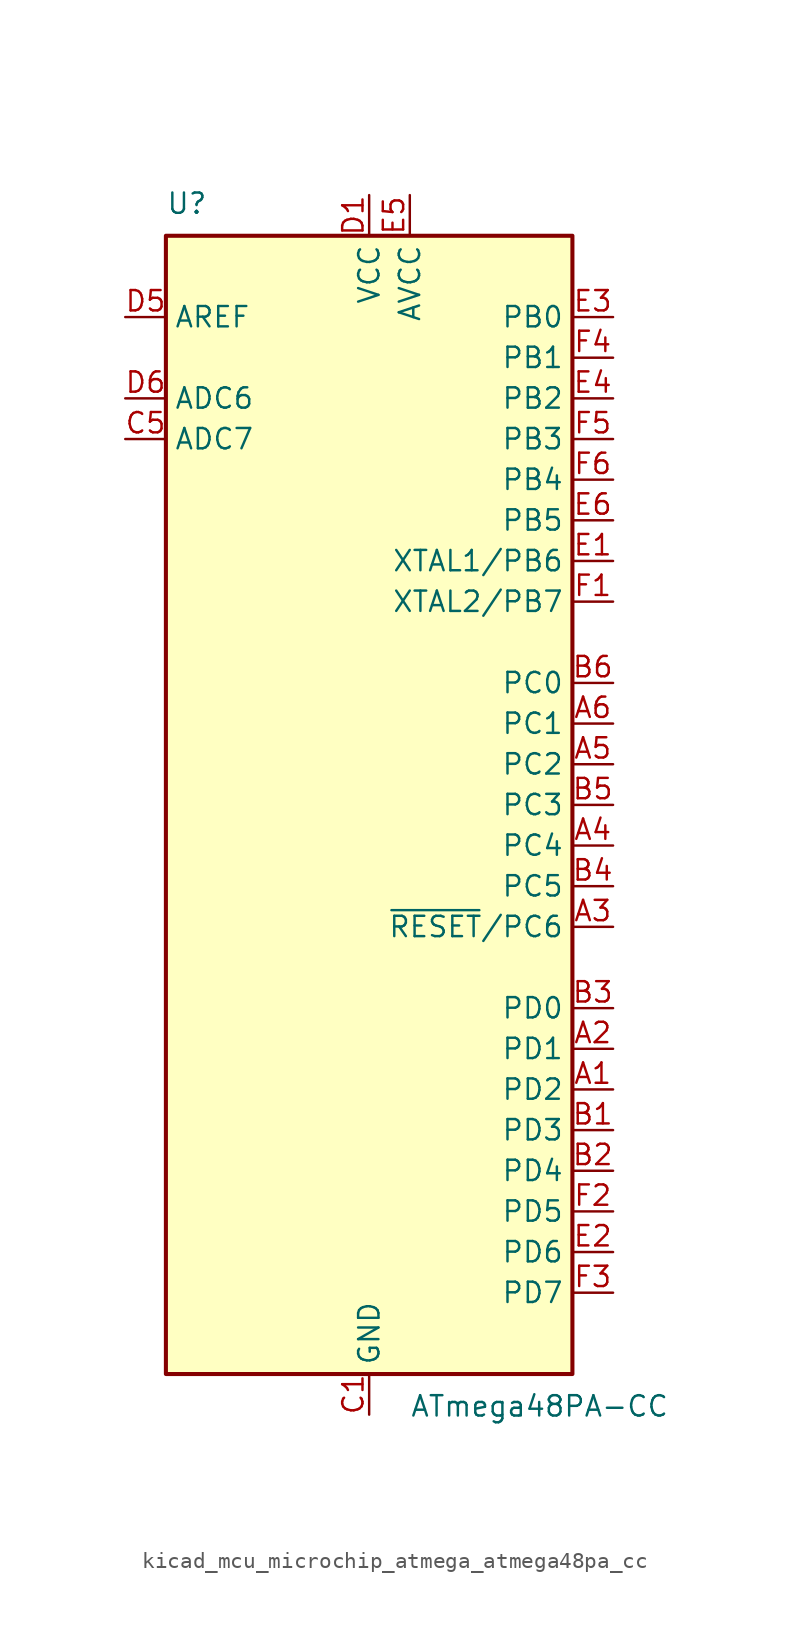
<source format=kicad_sym>
(kicad_symbol_lib
  (version 20220914)
  (generator kicad_symbol_editor)
  (symbol "kicad_mcu_microchip_atmega_atmega48pa_cc"
    (property "Reference" "U"
      (at -12.7 36.83 0)
      (effects (font (size 1.27 1.27)) (justify left bottom)))
    (property "Value" "ATmega48PA-CC"
      (at 2.54 -36.83 0)
      (effects (font (size 1.27 1.27)) (justify left top)))
    (symbol "kicad_mcu_microchip_atmega_atmega48pa_cc_0_1"
      (rectangle (start -12.7 -35.56) (end 12.7 35.56) (stroke (width 0.254) (type default)) (fill (type background))))
    (symbol "kicad_mcu_microchip_atmega_atmega48pa_cc_1_1"
      (pin bidirectional line (at 15.24 -17.78 180) (length 2.54) (name "PD2" (effects (font (size 1.27 1.27)))) (number "A1" (effects (font (size 1.27 1.27)))))
      (pin bidirectional line (at 15.24 -15.24 180) (length 2.54) (name "PD1" (effects (font (size 1.27 1.27)))) (number "A2" (effects (font (size 1.27 1.27)))))
      (pin bidirectional line (at 15.24 -7.62 180) (length 2.54) (name "~{RESET}/PC6" (effects (font (size 1.27 1.27)))) (number "A3" (effects (font (size 1.27 1.27)))))
      (pin bidirectional line (at 15.24 -2.54 180) (length 2.54) (name "PC4" (effects (font (size 1.27 1.27)))) (number "A4" (effects (font (size 1.27 1.27)))))
      (pin bidirectional line (at 15.24 2.54 180) (length 2.54) (name "PC2" (effects (font (size 1.27 1.27)))) (number "A5" (effects (font (size 1.27 1.27)))))
      (pin bidirectional line (at 15.24 5.08 180) (length 2.54) (name "PC1" (effects (font (size 1.27 1.27)))) (number "A6" (effects (font (size 1.27 1.27)))))
      (pin bidirectional line (at 15.24 -20.32 180) (length 2.54) (name "PD3" (effects (font (size 1.27 1.27)))) (number "B1" (effects (font (size 1.27 1.27)))))
      (pin bidirectional line (at 15.24 -22.86 180) (length 2.54) (name "PD4" (effects (font (size 1.27 1.27)))) (number "B2" (effects (font (size 1.27 1.27)))))
      (pin bidirectional line (at 15.24 -12.7 180) (length 2.54) (name "PD0" (effects (font (size 1.27 1.27)))) (number "B3" (effects (font (size 1.27 1.27)))))
      (pin bidirectional line (at 15.24 -5.08 180) (length 2.54) (name "PC5" (effects (font (size 1.27 1.27)))) (number "B4" (effects (font (size 1.27 1.27)))))
      (pin bidirectional line (at 15.24 0 180) (length 2.54) (name "PC3" (effects (font (size 1.27 1.27)))) (number "B5" (effects (font (size 1.27 1.27)))))
      (pin bidirectional line (at 15.24 7.62 180) (length 2.54) (name "PC0" (effects (font (size 1.27 1.27)))) (number "B6" (effects (font (size 1.27 1.27)))))
      (pin power_in line (at 0 -38.1 90) (length 2.54) (name "GND" (effects (font (size 1.27 1.27)))) (number "C1" (effects (font (size 1.27 1.27)))))
      (pin passive line (at 0 -38.1 90) (length 2.54) hide (name "GND" (effects (font (size 1.27 1.27)))) (number "C2" (effects (font (size 1.27 1.27)))))
      (pin input line (at -15.24 22.86 0) (length 2.54) (name "ADC7" (effects (font (size 1.27 1.27)))) (number "C5" (effects (font (size 1.27 1.27)))))
      (pin passive line (at 0 -38.1 90) (length 2.54) hide (name "GND" (effects (font (size 1.27 1.27)))) (number "C6" (effects (font (size 1.27 1.27)))))
      (pin power_in line (at 0 38.1 270) (length 2.54) (name "VCC" (effects (font (size 1.27 1.27)))) (number "D1" (effects (font (size 1.27 1.27)))))
      (pin passive line (at 0 38.1 270) (length 2.54) hide (name "VCC" (effects (font (size 1.27 1.27)))) (number "D2" (effects (font (size 1.27 1.27)))))
      (pin passive line (at -15.24 30.48 0) (length 2.54) (name "AREF" (effects (font (size 1.27 1.27)))) (number "D5" (effects (font (size 1.27 1.27)))))
      (pin input line (at -15.24 25.4 0) (length 2.54) (name "ADC6" (effects (font (size 1.27 1.27)))) (number "D6" (effects (font (size 1.27 1.27)))))
      (pin bidirectional line (at 15.24 15.24 180) (length 2.54) (name "XTAL1/PB6" (effects (font (size 1.27 1.27)))) (number "E1" (effects (font (size 1.27 1.27)))))
      (pin bidirectional line (at 15.24 -27.94 180) (length 2.54) (name "PD6" (effects (font (size 1.27 1.27)))) (number "E2" (effects (font (size 1.27 1.27)))))
      (pin bidirectional line (at 15.24 30.48 180) (length 2.54) (name "PB0" (effects (font (size 1.27 1.27)))) (number "E3" (effects (font (size 1.27 1.27)))))
      (pin bidirectional line (at 15.24 25.4 180) (length 2.54) (name "PB2" (effects (font (size 1.27 1.27)))) (number "E4" (effects (font (size 1.27 1.27)))))
      (pin power_in line (at 2.54 38.1 270) (length 2.54) (name "AVCC" (effects (font (size 1.27 1.27)))) (number "E5" (effects (font (size 1.27 1.27)))))
      (pin bidirectional line (at 15.24 17.78 180) (length 2.54) (name "PB5" (effects (font (size 1.27 1.27)))) (number "E6" (effects (font (size 1.27 1.27)))))
      (pin bidirectional line (at 15.24 12.7 180) (length 2.54) (name "XTAL2/PB7" (effects (font (size 1.27 1.27)))) (number "F1" (effects (font (size 1.27 1.27)))))
      (pin bidirectional line (at 15.24 -25.4 180) (length 2.54) (name "PD5" (effects (font (size 1.27 1.27)))) (number "F2" (effects (font (size 1.27 1.27)))))
      (pin bidirectional line (at 15.24 -30.48 180) (length 2.54) (name "PD7" (effects (font (size 1.27 1.27)))) (number "F3" (effects (font (size 1.27 1.27)))))
      (pin bidirectional line (at 15.24 27.94 180) (length 2.54) (name "PB1" (effects (font (size 1.27 1.27)))) (number "F4" (effects (font (size 1.27 1.27)))))
      (pin bidirectional line (at 15.24 22.86 180) (length 2.54) (name "PB3" (effects (font (size 1.27 1.27)))) (number "F5" (effects (font (size 1.27 1.27)))))
      (pin bidirectional line (at 15.24 20.32 180) (length 2.54) (name "PB4" (effects (font (size 1.27 1.27)))) (number "F6" (effects (font (size 1.27 1.27))))))))
</source>
